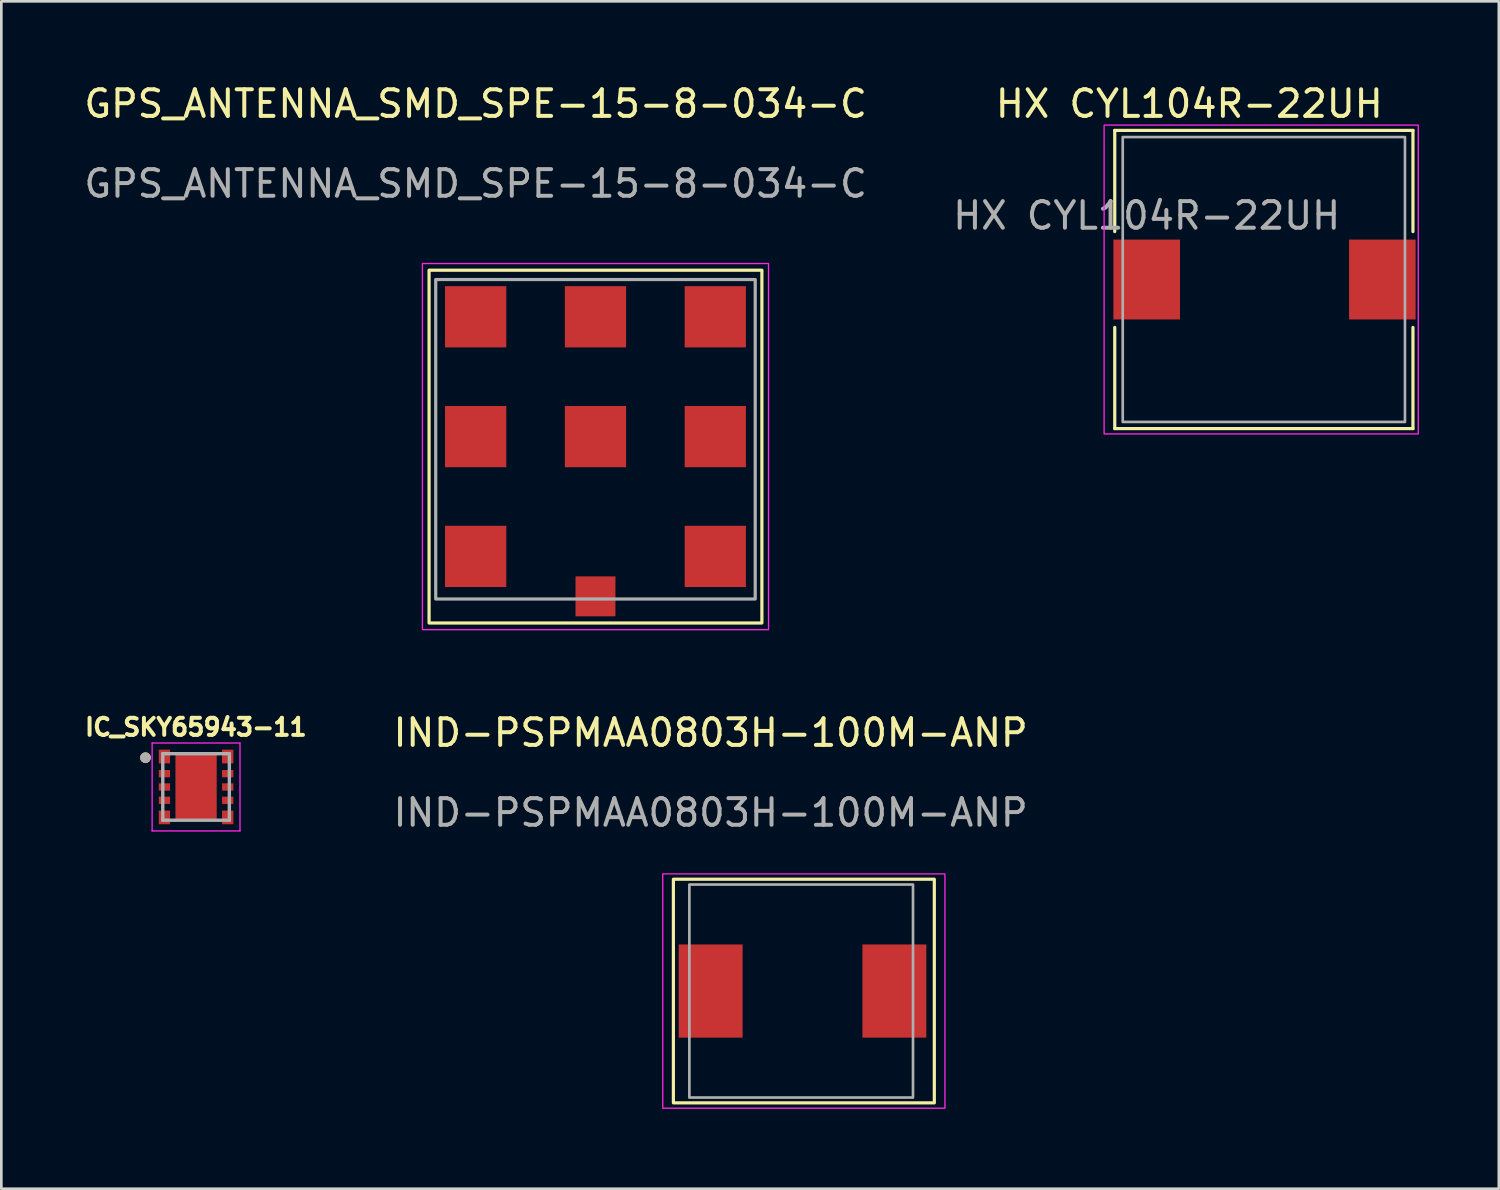
<source format=kicad_pcb>
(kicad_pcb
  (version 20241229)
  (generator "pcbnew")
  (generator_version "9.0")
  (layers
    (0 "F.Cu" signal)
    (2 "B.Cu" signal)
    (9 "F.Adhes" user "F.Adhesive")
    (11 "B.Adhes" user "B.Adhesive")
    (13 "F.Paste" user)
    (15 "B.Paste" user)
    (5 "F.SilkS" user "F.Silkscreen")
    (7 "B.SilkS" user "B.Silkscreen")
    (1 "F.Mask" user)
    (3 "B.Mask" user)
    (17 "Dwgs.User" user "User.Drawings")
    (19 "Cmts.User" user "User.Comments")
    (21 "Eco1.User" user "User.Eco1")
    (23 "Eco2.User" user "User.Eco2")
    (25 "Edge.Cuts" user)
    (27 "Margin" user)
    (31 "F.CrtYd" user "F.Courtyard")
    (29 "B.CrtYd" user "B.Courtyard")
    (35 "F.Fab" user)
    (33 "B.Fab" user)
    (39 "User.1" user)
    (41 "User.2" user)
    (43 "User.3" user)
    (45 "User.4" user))
  (footprint "IND-PSPMAA0803H-100M-ANP"
    (layer "F.Cu")
    (at 23.641 34.172)
    (property "Reference" "IND-PSPMAA0803H-100M-ANP" (at 0 -9.7 0) (unlocked yes) (layer "F.SilkS") (effects (font (size 1 1) (thickness 0.15))))
    (attr smd)
    (fp_rect (start -1.4 -4.2) (end 8.4 4.2) (stroke (width 0.12) (type default)) (fill no) (layer "F.SilkS"))
    (fp_rect (start -1.8 -4.4) (end 8.8 4.4) (stroke (width 0.05) (type default)) (fill no) (layer "F.CrtYd"))
    (fp_rect (start -0.8 -4) (end 7.6 4) (stroke (width 0.1) (type default)) (fill no) (layer "F.Fab"))
    (fp_text user "${REFERENCE}" (at 0 -6.7 0) (unlocked yes) (layer "F.Fab") (effects (font (size 1 1) (thickness 0.15))))
    (pad "1" smd rect (at 0 0) (size 2.4 3.5) (layers "F.Cu" "F.Mask" "F.Paste"))
    (pad "2" smd rect (at 6.9 0) (size 2.4 3.5) (layers "F.Cu" "F.Mask" "F.Paste")))
  (footprint "HX CYL104R-22UH"
    (layer "F.Cu")
    (at 40.018 7.448)
    (property "Reference" "HX CYL104R-22UH" (at 1.6 -6.6 0) (unlocked yes) (layer "F.SilkS") (effects (font (size 1 1) (thickness 0.15))))
    (attr smd)
    (fp_line (start -1.2 -5.6) (end 10 -5.6) (stroke (width 0.12) (type default)) (layer "F.SilkS"))
    (fp_line (start -1.2 -1.8) (end -1.2 -5.6) (stroke (width 0.12) (type default)) (layer "F.SilkS"))
    (fp_line (start -1.2 5.6) (end -1.2 1.8) (stroke (width 0.12) (type default)) (layer "F.SilkS"))
    (fp_line (start 10 -5.6) (end 10 -1.8) (stroke (width 0.12) (type default)) (layer "F.SilkS"))
    (fp_line (start 10 1.8) (end 10 5.6) (stroke (width 0.12) (type default)) (layer "F.SilkS"))
    (fp_line (start 10 5.6) (end -1.2 5.6) (stroke (width 0.12) (type default)) (layer "F.SilkS"))
    (fp_rect (start -1.6 -5.8) (end 10.2 5.8) (stroke (width 0.05) (type default)) (fill no) (layer "F.CrtYd"))
    (fp_rect (start -0.9 -5.35) (end 9.7 5.35) (stroke (width 0.1) (type default)) (fill no) (layer "F.Fab"))
    (fp_text user "${REFERENCE}" (at 0 -2.4 0) (unlocked yes) (layer "F.Fab") (effects (font (size 1 1) (thickness 0.15))))
    (pad "1" smd rect (at 0 0) (size 2.5 3) (layers "F.Cu" "F.Mask" "F.Paste"))
    (pad "2" smd rect (at 8.85 0) (size 2.5 3) (layers "F.Cu" "F.Mask" "F.Paste")))
  (footprint "GPS_ANTENNA_SMD_SPE-15-8-034-C"
    (layer "F.Cu")
    (at 14.815 8.848)
    (property "Reference" "GPS_ANTENNA_SMD_SPE-15-8-034-C" (at 0 -8 0) (unlocked yes) (layer "F.SilkS") (effects (font (size 1 1) (thickness 0.15))))
    (attr smd)
    (fp_rect (start -1.75 -1.75) (end 10.75 11.5) (stroke (width 0.12) (type default)) (fill no) (layer "F.SilkS"))
    (fp_rect (start -2 -2) (end 11 11.75) (stroke (width 0.05) (type default)) (fill no) (layer "F.CrtYd"))
    (fp_rect (start -1.5 -1.4) (end 10.5 10.6) (stroke (width 0.12) (type default)) (fill no) (layer "F.Fab"))
    (fp_text user "${REFERENCE}" (at 0 -5 0) (unlocked yes) (layer "F.Fab") (effects (font (size 1 1) (thickness 0.15))))
    (pad "1" smd rect (at 4.5 10.5) (size 1.5 1.5) (layers "F.Cu" "F.Mask" "F.Paste"))
    (pad "2" smd rect (at 0 0) (size 2.3 2.3) (layers "F.Cu" "F.Mask" "F.Paste"))
    (pad "2" smd rect (at 0 4.5) (size 2.3 2.3) (layers "F.Cu" "F.Mask" "F.Paste"))
    (pad "2" smd rect (at 0 9) (size 2.3 2.3) (layers "F.Cu" "F.Mask" "F.Paste"))
    (pad "2" smd rect (at 4.5 0) (size 2.3 2.3) (layers "F.Cu" "F.Mask" "F.Paste"))
    (pad "2" smd rect (at 4.5 4.5) (size 2.3 2.3) (layers "F.Cu" "F.Mask" "F.Paste"))
    (pad "2" smd rect (at 9 0) (size 2.3 2.3) (layers "F.Cu" "F.Mask" "F.Paste"))
    (pad "2" smd rect (at 9 4.5) (size 2.3 2.3) (layers "F.Cu" "F.Mask" "F.Paste"))
    (pad "2" smd rect (at 9 9) (size 2.3 2.3) (layers "F.Cu" "F.Mask" "F.Paste")))
  (footprint "IC_SKY65943-11"
    (layer "F.Cu")
    (at 4.314 26.507)
    (property "Reference" "IC_SKY65943-11" (at -0.008 -2.246 0) (layer "F.SilkS") (effects (font (size 0.64 0.64) (thickness 0.15))))
    (attr smd)
    (fp_poly (pts (xy -1.45 -1.451) (xy -0.925 -1.451) (xy -0.925 -0.836) (xy -1.45 -0.836)) (stroke (width 0.01) (type solid)) (fill yes) (layer "F.Mask"))
    (fp_poly (pts (xy -1.45 -0.688) (xy -0.925 -0.688) (xy -0.925 -0.312) (xy -1.45 -0.312)) (stroke (width 0.01) (type solid)) (fill yes) (layer "F.Mask"))
    (fp_poly (pts (xy -1.45 -0.188) (xy -0.925 -0.188) (xy -0.925 0.188) (xy -1.45 0.188)) (stroke (width 0.01) (type solid)) (fill yes) (layer "F.Mask"))
    (fp_poly (pts (xy -1.45 0.312) (xy -0.925 0.312) (xy -0.925 0.688) (xy -1.45 0.688)) (stroke (width 0.01) (type solid)) (fill yes) (layer "F.Mask"))
    (fp_poly (pts (xy -1.45 0.836) (xy -0.925 0.836) (xy -0.925 1.451) (xy -1.45 1.451)) (stroke (width 0.01) (type solid)) (fill yes) (layer "F.Mask"))
    (fp_poly (pts (xy -0.775 -1.25) (xy 0.775 -1.25) (xy 0.775 1.25) (xy -0.775 1.25)) (stroke (width 0.01) (type solid)) (fill yes) (layer "F.Mask"))
    (fp_poly (pts (xy 0.925 -1.451) (xy 1.45 -1.451) (xy 1.45 -0.836) (xy 0.925 -0.836)) (stroke (width 0.01) (type solid)) (fill yes) (layer "F.Mask"))
    (fp_poly (pts (xy 0.925 -0.688) (xy 1.45 -0.688) (xy 1.45 -0.312) (xy 0.925 -0.312)) (stroke (width 0.01) (type solid)) (fill yes) (layer "F.Mask"))
    (fp_poly (pts (xy 0.925 -0.188) (xy 1.45 -0.188) (xy 1.45 0.188) (xy 0.925 0.188)) (stroke (width 0.01) (type solid)) (fill yes) (layer "F.Mask"))
    (fp_poly (pts (xy 0.925 0.312) (xy 1.45 0.312) (xy 1.45 0.688) (xy 0.925 0.688)) (stroke (width 0.01) (type solid)) (fill yes) (layer "F.Mask"))
    (fp_poly (pts (xy 0.925 0.836) (xy 1.45 0.836) (xy 1.45 1.451) (xy 0.925 1.451)) (stroke (width 0.01) (type solid)) (fill yes) (layer "F.Mask"))
    (fp_circle (center -1.9 -1.1) (end -1.8 -1.1) (stroke (width 0.2) (type solid)) (fill no) (layer "F.SilkS"))
    (fp_poly (pts (xy -0.775 -1.25) (xy 0.775 -1.25) (xy 0.775 -0.505) (xy -0.775 -0.505)) (stroke (width 0.01) (type solid)) (fill yes) (layer "F.Paste"))
    (fp_poly (pts (xy -0.775 -0.335) (xy 0.775 -0.335) (xy 0.775 0.335) (xy -0.775 0.335)) (stroke (width 0.01) (type solid)) (fill yes) (layer "F.Paste"))
    (fp_poly (pts (xy -0.775 0.505) (xy 0.775 0.505) (xy 0.775 1.25) (xy -0.775 1.25)) (stroke (width 0.01) (type solid)) (fill yes) (layer "F.Paste"))
    (fp_line (start -1.65 -1.651) (end 1.65 -1.651) (stroke (width 0.05) (type solid)) (layer "F.CrtYd"))
    (fp_line (start -1.65 1.651) (end -1.65 -1.651) (stroke (width 0.05) (type solid)) (layer "F.CrtYd"))
    (fp_line (start 1.65 -1.651) (end 1.65 1.651) (stroke (width 0.05) (type solid)) (layer "F.CrtYd"))
    (fp_line (start 1.65 1.651) (end -1.65 1.651) (stroke (width 0.05) (type solid)) (layer "F.CrtYd"))
    (fp_line (start -1.25 -1.25) (end 1.25 -1.25) (stroke (width 0.127) (type solid)) (layer "F.Fab"))
    (fp_line (start -1.25 1.25) (end -1.25 -1.25) (stroke (width 0.127) (type solid)) (layer "F.Fab"))
    (fp_line (start 1.25 -1.25) (end 1.25 1.25) (stroke (width 0.127) (type solid)) (layer "F.Fab"))
    (fp_line (start 1.25 1.25) (end -1.25 1.25) (stroke (width 0.127) (type solid)) (layer "F.Fab"))
    (fp_circle (center -1.9 -1.1) (end -1.8 -1.1) (stroke (width 0.2) (type solid)) (fill no) (layer "F.Fab"))
    (pad "1" smd rect (at -1.188 -1.143) (size 0.425 0.515) (layers "F.Cu" "F.Paste"))
    (pad "2" smd rect (at -1.188 -0.5) (size 0.425 0.275) (layers "F.Cu" "F.Paste"))
    (pad "3" smd rect (at -1.188 0) (size 0.425 0.275) (layers "F.Cu" "F.Paste"))
    (pad "4" smd rect (at -1.188 0.5) (size 0.425 0.275) (layers "F.Cu" "F.Paste"))
    (pad "5" smd rect (at -1.188 1.143) (size 0.425 0.515) (layers "F.Cu" "F.Paste"))
    (pad "6" smd rect (at 1.188 1.143) (size 0.425 0.515) (layers "F.Cu" "F.Paste"))
    (pad "7" smd rect (at 1.188 0.5) (size 0.425 0.275) (layers "F.Cu" "F.Paste"))
    (pad "8" smd rect (at 1.188 0) (size 0.425 0.275) (layers "F.Cu" "F.Paste"))
    (pad "9" smd rect (at 1.188 -0.5) (size 0.425 0.275) (layers "F.Cu" "F.Paste"))
    (pad "10" smd rect (at 1.188 -1.143) (size 0.425 0.515) (layers "F.Cu" "F.Paste"))
    (pad "11" smd rect (at 0 0) (size 1.55 2.5) (layers "F.Cu")))
  (gr_rect
    (start -3 -3)
    (end 53.243 41.596)
    (stroke (width 0.1) (type default))
    (fill no)
    (layer "Edge.Cuts")))
</source>
